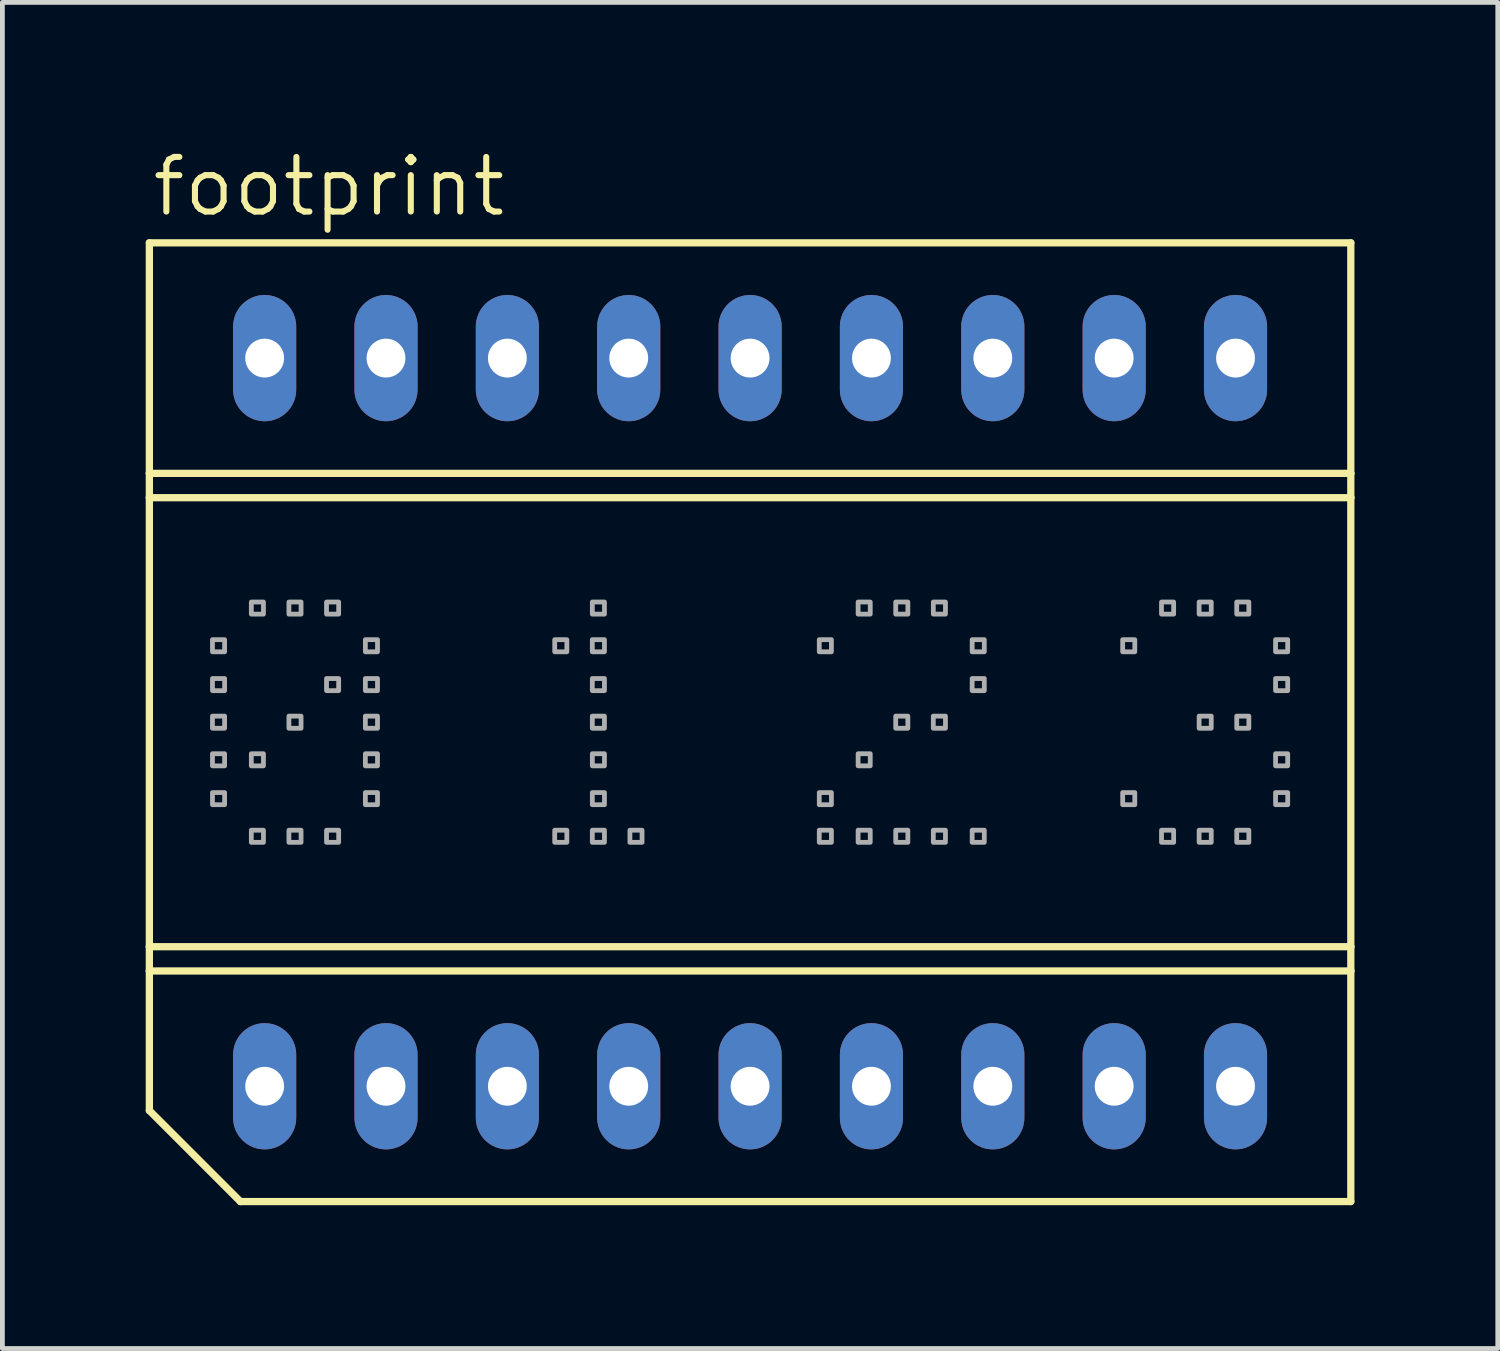
<source format=kicad_pcb>
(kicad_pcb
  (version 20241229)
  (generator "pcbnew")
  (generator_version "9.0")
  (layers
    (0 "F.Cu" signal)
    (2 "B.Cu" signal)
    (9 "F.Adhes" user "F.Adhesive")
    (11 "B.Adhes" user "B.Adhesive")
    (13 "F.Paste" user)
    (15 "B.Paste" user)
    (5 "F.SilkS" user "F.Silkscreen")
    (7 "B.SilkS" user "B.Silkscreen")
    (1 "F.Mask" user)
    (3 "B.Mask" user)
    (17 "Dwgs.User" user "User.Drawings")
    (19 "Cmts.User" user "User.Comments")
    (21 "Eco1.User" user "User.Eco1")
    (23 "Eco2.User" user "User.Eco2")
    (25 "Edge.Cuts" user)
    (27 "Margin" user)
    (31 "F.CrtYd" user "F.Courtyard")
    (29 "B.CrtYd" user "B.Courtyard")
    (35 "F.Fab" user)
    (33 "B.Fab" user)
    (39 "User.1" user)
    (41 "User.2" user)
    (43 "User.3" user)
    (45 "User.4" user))
  (footprint "footprint"
    (layer "F.Cu")
    (at 12.649 12.065)
    (property "Reference" "footprint" (at -12.573 -10.541 0) (layer "F.SilkS") (effects (font (size 1.143 1.143) (thickness 0.127)) (justify left bottom)))
    (fp_line (start -12.573 -5.207) (end -12.573 -10.033) (stroke (width 0.152) (type solid)) (layer "F.SilkS"))
    (fp_line (start -12.573 -5.207) (end 12.573 -5.207) (stroke (width 0.152) (type solid)) (layer "F.SilkS"))
    (fp_line (start -12.573 -4.699) (end -12.573 -5.207) (stroke (width 0.152) (type solid)) (layer "F.SilkS"))
    (fp_line (start -12.573 -4.699) (end 12.573 -4.699) (stroke (width 0.152) (type solid)) (layer "F.SilkS"))
    (fp_line (start -12.573 4.699) (end -12.573 -4.699) (stroke (width 0.152) (type solid)) (layer "F.SilkS"))
    (fp_line (start -12.573 4.699) (end 12.573 4.699) (stroke (width 0.152) (type solid)) (layer "F.SilkS"))
    (fp_line (start -12.573 5.207) (end -12.573 4.699) (stroke (width 0.152) (type solid)) (layer "F.SilkS"))
    (fp_line (start -12.573 5.207) (end 12.573 5.207) (stroke (width 0.152) (type solid)) (layer "F.SilkS"))
    (fp_line (start -12.573 8.128) (end -12.573 5.207) (stroke (width 0.152) (type solid)) (layer "F.SilkS"))
    (fp_line (start -12.573 8.128) (end -10.668 10.033) (stroke (width 0.152) (type solid)) (layer "F.SilkS"))
    (fp_line (start 12.573 -10.033) (end -12.573 -10.033) (stroke (width 0.152) (type solid)) (layer "F.SilkS"))
    (fp_line (start 12.573 -5.207) (end 12.573 -10.033) (stroke (width 0.152) (type solid)) (layer "F.SilkS"))
    (fp_line (start 12.573 -4.699) (end 12.573 -5.207) (stroke (width 0.152) (type solid)) (layer "F.SilkS"))
    (fp_line (start 12.573 4.699) (end 12.573 -4.699) (stroke (width 0.152) (type solid)) (layer "F.SilkS"))
    (fp_line (start 12.573 5.207) (end 12.573 4.699) (stroke (width 0.152) (type solid)) (layer "F.SilkS"))
    (fp_line (start 12.573 10.033) (end -10.668 10.033) (stroke (width 0.152) (type solid)) (layer "F.SilkS"))
    (fp_line (start 12.573 10.033) (end 12.573 5.207) (stroke (width 0.152) (type solid)) (layer "F.SilkS"))
    (fp_poly (pts (xy -11.252 -1.473) (xy -10.998 -1.473) (xy -10.998 -1.727) (xy -11.252 -1.727)) (stroke (width 0.1) (type solid)) (fill no) (layer "F.Fab"))
    (fp_poly (pts (xy -11.252 -0.66) (xy -10.998 -0.66) (xy -10.998 -0.914) (xy -11.252 -0.914)) (stroke (width 0.1) (type solid)) (fill no) (layer "F.Fab"))
    (fp_poly (pts (xy -11.252 0.127) (xy -10.998 0.127) (xy -10.998 -0.127) (xy -11.252 -0.127)) (stroke (width 0.1) (type solid)) (fill no) (layer "F.Fab"))
    (fp_poly (pts (xy -11.252 0.914) (xy -10.998 0.914) (xy -10.998 0.66) (xy -11.252 0.66)) (stroke (width 0.1) (type solid)) (fill no) (layer "F.Fab"))
    (fp_poly (pts (xy -11.252 1.727) (xy -10.998 1.727) (xy -10.998 1.473) (xy -11.252 1.473)) (stroke (width 0.1) (type solid)) (fill no) (layer "F.Fab"))
    (fp_poly (pts (xy -10.439 -2.261) (xy -10.185 -2.261) (xy -10.185 -2.515) (xy -10.439 -2.515)) (stroke (width 0.1) (type solid)) (fill no) (layer "F.Fab"))
    (fp_poly (pts (xy -10.439 0.914) (xy -10.185 0.914) (xy -10.185 0.66) (xy -10.439 0.66)) (stroke (width 0.1) (type solid)) (fill no) (layer "F.Fab"))
    (fp_poly (pts (xy -10.439 2.515) (xy -10.185 2.515) (xy -10.185 2.261) (xy -10.439 2.261)) (stroke (width 0.1) (type solid)) (fill no) (layer "F.Fab"))
    (fp_poly (pts (xy -9.652 -2.261) (xy -9.398 -2.261) (xy -9.398 -2.515) (xy -9.652 -2.515)) (stroke (width 0.1) (type solid)) (fill no) (layer "F.Fab"))
    (fp_poly (pts (xy -9.652 0.127) (xy -9.398 0.127) (xy -9.398 -0.127) (xy -9.652 -0.127)) (stroke (width 0.1) (type solid)) (fill no) (layer "F.Fab"))
    (fp_poly (pts (xy -9.652 2.515) (xy -9.398 2.515) (xy -9.398 2.261) (xy -9.652 2.261)) (stroke (width 0.1) (type solid)) (fill no) (layer "F.Fab"))
    (fp_poly (pts (xy -8.865 -2.261) (xy -8.611 -2.261) (xy -8.611 -2.515) (xy -8.865 -2.515)) (stroke (width 0.1) (type solid)) (fill no) (layer "F.Fab"))
    (fp_poly (pts (xy -8.865 -0.66) (xy -8.611 -0.66) (xy -8.611 -0.914) (xy -8.865 -0.914)) (stroke (width 0.1) (type solid)) (fill no) (layer "F.Fab"))
    (fp_poly (pts (xy -8.865 2.515) (xy -8.611 2.515) (xy -8.611 2.261) (xy -8.865 2.261)) (stroke (width 0.1) (type solid)) (fill no) (layer "F.Fab"))
    (fp_poly (pts (xy -8.052 -1.473) (xy -7.798 -1.473) (xy -7.798 -1.727) (xy -8.052 -1.727)) (stroke (width 0.1) (type solid)) (fill no) (layer "F.Fab"))
    (fp_poly (pts (xy -8.052 -0.66) (xy -7.798 -0.66) (xy -7.798 -0.914) (xy -8.052 -0.914)) (stroke (width 0.1) (type solid)) (fill no) (layer "F.Fab"))
    (fp_poly (pts (xy -8.052 0.127) (xy -7.798 0.127) (xy -7.798 -0.127) (xy -8.052 -0.127)) (stroke (width 0.1) (type solid)) (fill no) (layer "F.Fab"))
    (fp_poly (pts (xy -8.052 0.914) (xy -7.798 0.914) (xy -7.798 0.66) (xy -8.052 0.66)) (stroke (width 0.1) (type solid)) (fill no) (layer "F.Fab"))
    (fp_poly (pts (xy -8.052 1.727) (xy -7.798 1.727) (xy -7.798 1.473) (xy -8.052 1.473)) (stroke (width 0.1) (type solid)) (fill no) (layer "F.Fab"))
    (fp_poly (pts (xy -4.089 -1.473) (xy -3.835 -1.473) (xy -3.835 -1.727) (xy -4.089 -1.727)) (stroke (width 0.1) (type solid)) (fill no) (layer "F.Fab"))
    (fp_poly (pts (xy -4.089 2.515) (xy -3.835 2.515) (xy -3.835 2.261) (xy -4.089 2.261)) (stroke (width 0.1) (type solid)) (fill no) (layer "F.Fab"))
    (fp_poly (pts (xy -3.302 -2.261) (xy -3.048 -2.261) (xy -3.048 -2.515) (xy -3.302 -2.515)) (stroke (width 0.1) (type solid)) (fill no) (layer "F.Fab"))
    (fp_poly (pts (xy -3.302 -1.473) (xy -3.048 -1.473) (xy -3.048 -1.727) (xy -3.302 -1.727)) (stroke (width 0.1) (type solid)) (fill no) (layer "F.Fab"))
    (fp_poly (pts (xy -3.302 -0.66) (xy -3.048 -0.66) (xy -3.048 -0.914) (xy -3.302 -0.914)) (stroke (width 0.1) (type solid)) (fill no) (layer "F.Fab"))
    (fp_poly (pts (xy -3.302 0.127) (xy -3.048 0.127) (xy -3.048 -0.127) (xy -3.302 -0.127)) (stroke (width 0.1) (type solid)) (fill no) (layer "F.Fab"))
    (fp_poly (pts (xy -3.302 0.914) (xy -3.048 0.914) (xy -3.048 0.66) (xy -3.302 0.66)) (stroke (width 0.1) (type solid)) (fill no) (layer "F.Fab"))
    (fp_poly (pts (xy -3.302 1.727) (xy -3.048 1.727) (xy -3.048 1.473) (xy -3.302 1.473)) (stroke (width 0.1) (type solid)) (fill no) (layer "F.Fab"))
    (fp_poly (pts (xy -3.302 2.515) (xy -3.048 2.515) (xy -3.048 2.261) (xy -3.302 2.261)) (stroke (width 0.1) (type solid)) (fill no) (layer "F.Fab"))
    (fp_poly (pts (xy -2.515 2.515) (xy -2.261 2.515) (xy -2.261 2.261) (xy -2.515 2.261)) (stroke (width 0.1) (type solid)) (fill no) (layer "F.Fab"))
    (fp_poly (pts (xy 1.448 -1.473) (xy 1.702 -1.473) (xy 1.702 -1.727) (xy 1.448 -1.727)) (stroke (width 0.1) (type solid)) (fill no) (layer "F.Fab"))
    (fp_poly (pts (xy 1.448 1.727) (xy 1.702 1.727) (xy 1.702 1.473) (xy 1.448 1.473)) (stroke (width 0.1) (type solid)) (fill no) (layer "F.Fab"))
    (fp_poly (pts (xy 1.448 2.515) (xy 1.702 2.515) (xy 1.702 2.261) (xy 1.448 2.261)) (stroke (width 0.1) (type solid)) (fill no) (layer "F.Fab"))
    (fp_poly (pts (xy 2.261 -2.261) (xy 2.515 -2.261) (xy 2.515 -2.515) (xy 2.261 -2.515)) (stroke (width 0.1) (type solid)) (fill no) (layer "F.Fab"))
    (fp_poly (pts (xy 2.261 0.914) (xy 2.515 0.914) (xy 2.515 0.66) (xy 2.261 0.66)) (stroke (width 0.1) (type solid)) (fill no) (layer "F.Fab"))
    (fp_poly (pts (xy 2.261 2.515) (xy 2.515 2.515) (xy 2.515 2.261) (xy 2.261 2.261)) (stroke (width 0.1) (type solid)) (fill no) (layer "F.Fab"))
    (fp_poly (pts (xy 3.048 -2.261) (xy 3.302 -2.261) (xy 3.302 -2.515) (xy 3.048 -2.515)) (stroke (width 0.1) (type solid)) (fill no) (layer "F.Fab"))
    (fp_poly (pts (xy 3.048 0.127) (xy 3.302 0.127) (xy 3.302 -0.127) (xy 3.048 -0.127)) (stroke (width 0.1) (type solid)) (fill no) (layer "F.Fab"))
    (fp_poly (pts (xy 3.048 2.515) (xy 3.302 2.515) (xy 3.302 2.261) (xy 3.048 2.261)) (stroke (width 0.1) (type solid)) (fill no) (layer "F.Fab"))
    (fp_poly (pts (xy 3.835 -2.261) (xy 4.089 -2.261) (xy 4.089 -2.515) (xy 3.835 -2.515)) (stroke (width 0.1) (type solid)) (fill no) (layer "F.Fab"))
    (fp_poly (pts (xy 3.835 0.127) (xy 4.089 0.127) (xy 4.089 -0.127) (xy 3.835 -0.127)) (stroke (width 0.1) (type solid)) (fill no) (layer "F.Fab"))
    (fp_poly (pts (xy 3.835 2.515) (xy 4.089 2.515) (xy 4.089 2.261) (xy 3.835 2.261)) (stroke (width 0.1) (type solid)) (fill no) (layer "F.Fab"))
    (fp_poly (pts (xy 4.648 -1.473) (xy 4.902 -1.473) (xy 4.902 -1.727) (xy 4.648 -1.727)) (stroke (width 0.1) (type solid)) (fill no) (layer "F.Fab"))
    (fp_poly (pts (xy 4.648 -0.66) (xy 4.902 -0.66) (xy 4.902 -0.914) (xy 4.648 -0.914)) (stroke (width 0.1) (type solid)) (fill no) (layer "F.Fab"))
    (fp_poly (pts (xy 4.648 2.515) (xy 4.902 2.515) (xy 4.902 2.261) (xy 4.648 2.261)) (stroke (width 0.1) (type solid)) (fill no) (layer "F.Fab"))
    (fp_poly (pts (xy 7.798 -1.473) (xy 8.052 -1.473) (xy 8.052 -1.727) (xy 7.798 -1.727)) (stroke (width 0.1) (type solid)) (fill no) (layer "F.Fab"))
    (fp_poly (pts (xy 7.798 1.727) (xy 8.052 1.727) (xy 8.052 1.473) (xy 7.798 1.473)) (stroke (width 0.1) (type solid)) (fill no) (layer "F.Fab"))
    (fp_poly (pts (xy 8.611 -2.261) (xy 8.865 -2.261) (xy 8.865 -2.515) (xy 8.611 -2.515)) (stroke (width 0.1) (type solid)) (fill no) (layer "F.Fab"))
    (fp_poly (pts (xy 8.611 2.515) (xy 8.865 2.515) (xy 8.865 2.261) (xy 8.611 2.261)) (stroke (width 0.1) (type solid)) (fill no) (layer "F.Fab"))
    (fp_poly (pts (xy 9.398 -2.261) (xy 9.652 -2.261) (xy 9.652 -2.515) (xy 9.398 -2.515)) (stroke (width 0.1) (type solid)) (fill no) (layer "F.Fab"))
    (fp_poly (pts (xy 9.398 0.127) (xy 9.652 0.127) (xy 9.652 -0.127) (xy 9.398 -0.127)) (stroke (width 0.1) (type solid)) (fill no) (layer "F.Fab"))
    (fp_poly (pts (xy 9.398 2.515) (xy 9.652 2.515) (xy 9.652 2.261) (xy 9.398 2.261)) (stroke (width 0.1) (type solid)) (fill no) (layer "F.Fab"))
    (fp_poly (pts (xy 10.185 -2.261) (xy 10.439 -2.261) (xy 10.439 -2.515) (xy 10.185 -2.515)) (stroke (width 0.1) (type solid)) (fill no) (layer "F.Fab"))
    (fp_poly (pts (xy 10.185 0.127) (xy 10.439 0.127) (xy 10.439 -0.127) (xy 10.185 -0.127)) (stroke (width 0.1) (type solid)) (fill no) (layer "F.Fab"))
    (fp_poly (pts (xy 10.185 2.515) (xy 10.439 2.515) (xy 10.439 2.261) (xy 10.185 2.261)) (stroke (width 0.1) (type solid)) (fill no) (layer "F.Fab"))
    (fp_poly (pts (xy 10.998 -1.473) (xy 11.252 -1.473) (xy 11.252 -1.727) (xy 10.998 -1.727)) (stroke (width 0.1) (type solid)) (fill no) (layer "F.Fab"))
    (fp_poly (pts (xy 10.998 -0.66) (xy 11.252 -0.66) (xy 11.252 -0.914) (xy 10.998 -0.914)) (stroke (width 0.1) (type solid)) (fill no) (layer "F.Fab"))
    (fp_poly (pts (xy 10.998 0.914) (xy 11.252 0.914) (xy 11.252 0.66) (xy 10.998 0.66)) (stroke (width 0.1) (type solid)) (fill no) (layer "F.Fab"))
    (fp_poly (pts (xy 10.998 1.727) (xy 11.252 1.727) (xy 11.252 1.473) (xy 10.998 1.473)) (stroke (width 0.1) (type solid)) (fill no) (layer "F.Fab"))
    (pad "1" thru_hole oval (at -10.16 7.62 90) (size 2.642 1.321) (drill 0.813) (layers "*.Cu" "*.Mask"))
    (pad "2" thru_hole oval (at -7.62 7.62 90) (size 2.642 1.321) (drill 0.813) (layers "*.Cu" "*.Mask"))
    (pad "3" thru_hole oval (at -5.08 7.62 90) (size 2.642 1.321) (drill 0.813) (layers "*.Cu" "*.Mask"))
    (pad "4" thru_hole oval (at -2.54 7.62 90) (size 2.642 1.321) (drill 0.813) (layers "*.Cu" "*.Mask"))
    (pad "5" thru_hole oval (at 0 7.62 90) (size 2.642 1.321) (drill 0.813) (layers "*.Cu" "*.Mask"))
    (pad "6" thru_hole oval (at 2.54 7.62 90) (size 2.642 1.321) (drill 0.813) (layers "*.Cu" "*.Mask"))
    (pad "7" thru_hole oval (at 5.08 7.62 90) (size 2.642 1.321) (drill 0.813) (layers "*.Cu" "*.Mask"))
    (pad "8" thru_hole oval (at 7.62 7.62 90) (size 2.642 1.321) (drill 0.813) (layers "*.Cu" "*.Mask"))
    (pad "9" thru_hole oval (at 10.16 7.62 90) (size 2.642 1.321) (drill 0.813) (layers "*.Cu" "*.Mask"))
    (pad "10" thru_hole oval (at 10.16 -7.62 90) (size 2.642 1.321) (drill 0.813) (layers "*.Cu" "*.Mask"))
    (pad "11" thru_hole oval (at 7.62 -7.62 90) (size 2.642 1.321) (drill 0.813) (layers "*.Cu" "*.Mask"))
    (pad "12" thru_hole oval (at 5.08 -7.62 90) (size 2.642 1.321) (drill 0.813) (layers "*.Cu" "*.Mask"))
    (pad "13" thru_hole oval (at 2.54 -7.62 90) (size 2.642 1.321) (drill 0.813) (layers "*.Cu" "*.Mask"))
    (pad "14" thru_hole oval (at 0 -7.62 90) (size 2.642 1.321) (drill 0.813) (layers "*.Cu" "*.Mask"))
    (pad "15" thru_hole oval (at -2.54 -7.62 90) (size 2.642 1.321) (drill 0.813) (layers "*.Cu" "*.Mask"))
    (pad "16" thru_hole oval (at -5.08 -7.62 90) (size 2.642 1.321) (drill 0.813) (layers "*.Cu" "*.Mask"))
    (pad "17" thru_hole oval (at -7.62 -7.62 90) (size 2.642 1.321) (drill 0.813) (layers "*.Cu" "*.Mask"))
    (pad "18" thru_hole oval (at -10.16 -7.62 90) (size 2.642 1.321) (drill 0.813) (layers "*.Cu" "*.Mask")))
  (gr_rect
    (start -3 -3)
    (end 28.298 25.174)
    (stroke (width 0.1) (type default))
    (fill no)
    (layer "Edge.Cuts")))
</source>
